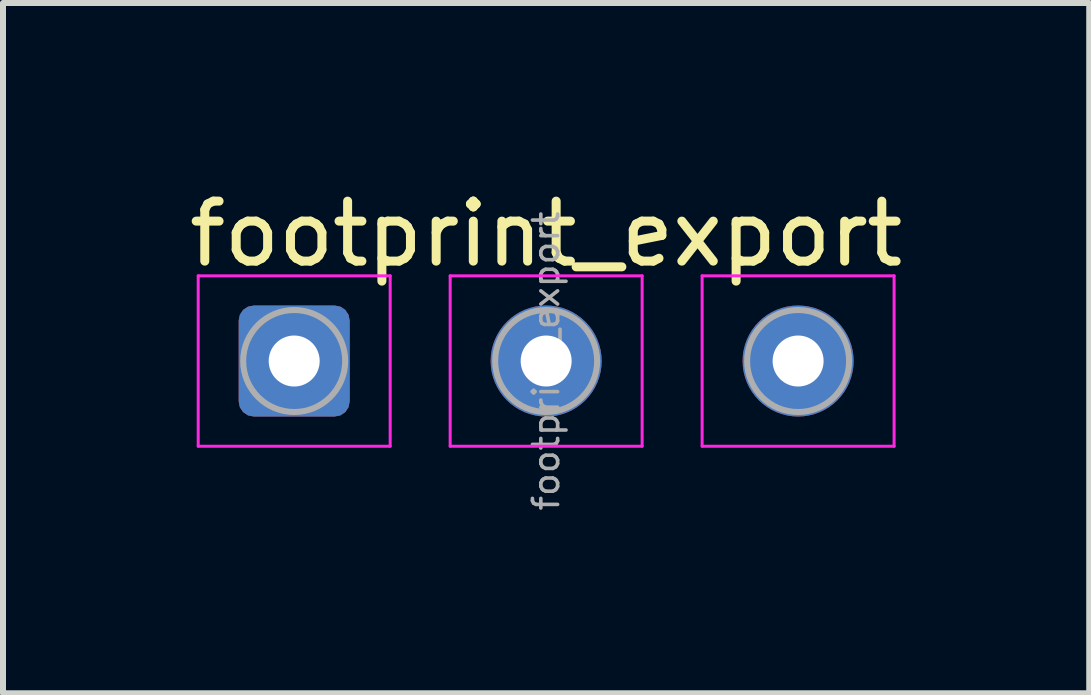
<source format=kicad_pcb>
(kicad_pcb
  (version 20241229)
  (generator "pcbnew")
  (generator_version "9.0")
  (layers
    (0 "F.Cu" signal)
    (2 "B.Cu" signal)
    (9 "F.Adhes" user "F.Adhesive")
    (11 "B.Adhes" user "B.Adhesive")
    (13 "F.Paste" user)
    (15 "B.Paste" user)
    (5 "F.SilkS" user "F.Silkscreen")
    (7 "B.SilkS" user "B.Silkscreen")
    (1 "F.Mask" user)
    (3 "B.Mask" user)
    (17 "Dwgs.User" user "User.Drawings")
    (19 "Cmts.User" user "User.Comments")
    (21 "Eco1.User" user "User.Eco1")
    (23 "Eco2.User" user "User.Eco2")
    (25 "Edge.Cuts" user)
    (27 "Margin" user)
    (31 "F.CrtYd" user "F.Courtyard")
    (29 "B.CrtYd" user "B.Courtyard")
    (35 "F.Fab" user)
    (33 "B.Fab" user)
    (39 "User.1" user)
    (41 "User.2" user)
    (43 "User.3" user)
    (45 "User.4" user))
  (footprint "footprint_export"
    (layer "F.Cu")
    (at 1.854 2.968)
    (property "Reference" "footprint_export" (at 4.2 -2.12 0) (layer "F.SilkS") (effects (font (size 1 1) (thickness 0.15))))
    (attr exclude_from_pos_files exclude_from_bom)
    (fp_line (start -1.6 -1.42) (end -1.6 1.42) (stroke (width 0.05) (type solid)) (layer "F.CrtYd"))
    (fp_line (start -1.6 1.42) (end 1.6 1.42) (stroke (width 0.05) (type solid)) (layer "F.CrtYd"))
    (fp_line (start 1.6 -1.42) (end -1.6 -1.42) (stroke (width 0.05) (type solid)) (layer "F.CrtYd"))
    (fp_line (start 1.6 1.42) (end 1.6 -1.42) (stroke (width 0.05) (type solid)) (layer "F.CrtYd"))
    (fp_line (start 2.6 -1.42) (end 2.6 1.42) (stroke (width 0.05) (type solid)) (layer "F.CrtYd"))
    (fp_line (start 2.6 1.42) (end 5.8 1.42) (stroke (width 0.05) (type solid)) (layer "F.CrtYd"))
    (fp_line (start 5.8 -1.42) (end 2.6 -1.42) (stroke (width 0.05) (type solid)) (layer "F.CrtYd"))
    (fp_line (start 5.8 1.42) (end 5.8 -1.42) (stroke (width 0.05) (type solid)) (layer "F.CrtYd"))
    (fp_line (start 6.8 -1.42) (end 6.8 1.42) (stroke (width 0.05) (type solid)) (layer "F.CrtYd"))
    (fp_line (start 6.8 1.42) (end 10 1.42) (stroke (width 0.05) (type solid)) (layer "F.CrtYd"))
    (fp_line (start 10 -1.42) (end 6.8 -1.42) (stroke (width 0.05) (type solid)) (layer "F.CrtYd"))
    (fp_line (start 10 1.42) (end 10 -1.42) (stroke (width 0.05) (type solid)) (layer "F.CrtYd"))
    (fp_circle (center 0 0) (end 0.85 0) (stroke (width 0.1) (type solid)) (fill no) (layer "F.Fab"))
    (fp_circle (center 4.2 0) (end 5.05 0) (stroke (width 0.1) (type solid)) (fill no) (layer "F.Fab"))
    (fp_circle (center 8.4 0) (end 9.25 0) (stroke (width 0.1) (type solid)) (fill no) (layer "F.Fab"))
    (fp_text user "${REFERENCE}" (at 4.2 0 90) (layer "F.Fab") (effects (font (size 0.42 0.42) (thickness 0.06))))
    (pad "1" thru_hole roundrect (at 0 0) (size 1.85 1.85) (drill 0.85) (layers "*.Cu" "*.Mask") (roundrect_rratio 0.135))
    (pad "2" thru_hole circle (at 4.2 0) (size 1.85 1.85) (drill 0.85) (layers "*.Cu" "*.Mask"))
    (pad "3" thru_hole circle (at 8.4 0) (size 1.85 1.85) (drill 0.85) (layers "*.Cu" "*.Mask")))
  (gr_rect
    (start -3 -3)
    (end 15.107 8.506)
    (stroke (width 0.1) (type default))
    (fill no)
    (layer "Edge.Cuts")))
</source>
